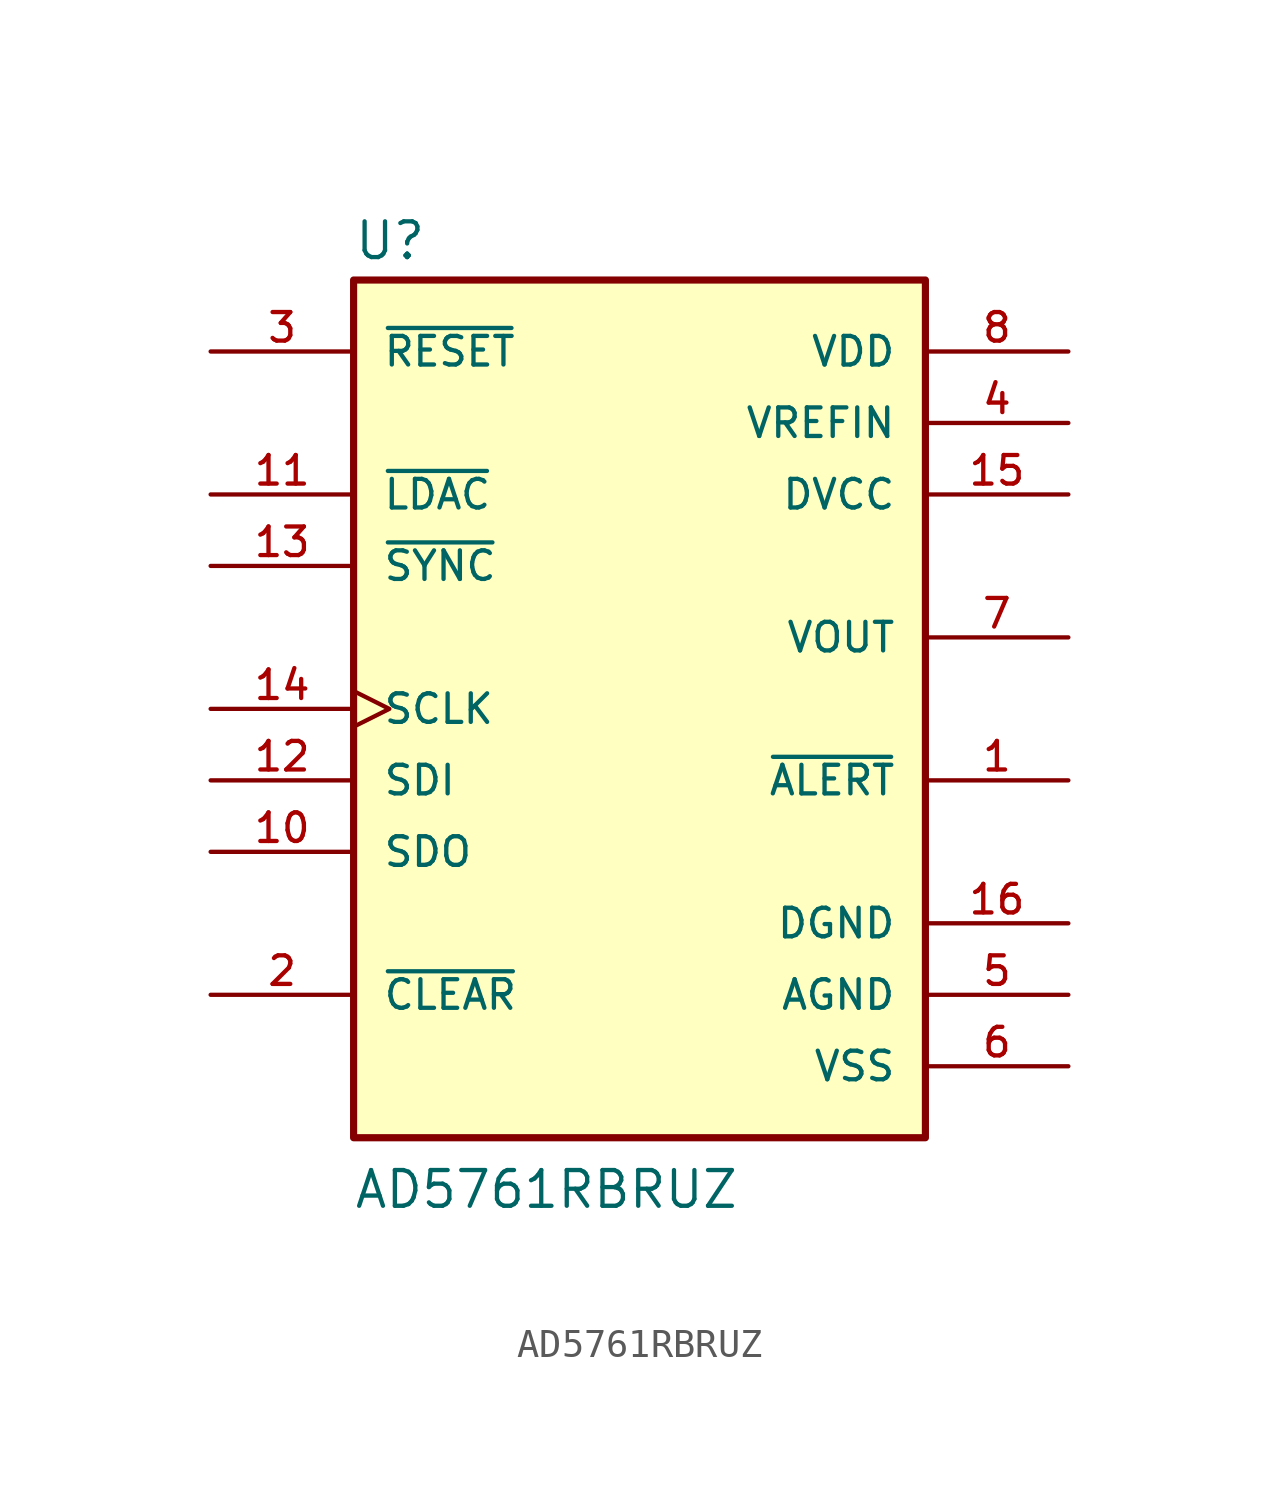
<source format=kicad_sym>
(kicad_symbol_lib
  (version 20211014)
  (generator kicad_symbol_editor)
  (symbol "AD5761RBRUZ"
    (pin_names
      (offset 1.016))
    (property "Reference" "U"
      (at -10.171 15.892 0)
      (effects (font (size 1.27 1.27)) (justify bottom left)))
    (property "Value" "AD5761RBRUZ"
      (at -10.184 -17.821 0)
      (effects (font (size 1.27 1.27)) (justify bottom left)))
    (symbol "AD5761RBRUZ_0_0"
      (rectangle (start -10.16 -15.24) (end 10.16 15.24) (stroke (width 0.254)) (fill (type background)))
      (pin input line (at -15.24 12.7 0) (length 5.08) (name "~{RESET}" (effects (font (size 1.016 1.016)))) (number "3" (effects (font (size 1.016 1.016)))))
      (pin power_in line (at 15.24 10.16 180.0) (length 5.08) (name "VREFIN" (effects (font (size 1.016 1.016)))) (number "4" (effects (font (size 1.016 1.016)))))
      (pin power_in line (at 15.24 -10.16 180.0) (length 5.08) (name "AGND" (effects (font (size 1.016 1.016)))) (number "5" (effects (font (size 1.016 1.016)))))
      (pin power_in line (at 15.24 -12.7 180.0) (length 5.08) (name "VSS" (effects (font (size 1.016 1.016)))) (number "6" (effects (font (size 1.016 1.016)))))
      (pin output line (at 15.24 2.54 180.0) (length 5.08) (name "VOUT" (effects (font (size 1.016 1.016)))) (number "7" (effects (font (size 1.016 1.016)))))
      (pin power_in line (at 15.24 12.7 180.0) (length 5.08) (name "VDD" (effects (font (size 1.016 1.016)))) (number "8" (effects (font (size 1.016 1.016)))))
      (pin output line (at -15.24 -5.08 0) (length 5.08) (name "SDO" (effects (font (size 1.016 1.016)))) (number "10" (effects (font (size 1.016 1.016)))))
      (pin bidirectional line (at -15.24 7.62 0) (length 5.08) (name "~{LDAC}" (effects (font (size 1.016 1.016)))) (number "11" (effects (font (size 1.016 1.016)))))
      (pin input line (at -15.24 -2.54 0) (length 5.08) (name "SDI" (effects (font (size 1.016 1.016)))) (number "12" (effects (font (size 1.016 1.016)))))
      (pin input line (at -15.24 5.08 0) (length 5.08) (name "~{SYNC}" (effects (font (size 1.016 1.016)))) (number "13" (effects (font (size 1.016 1.016)))))
      (pin input clock (at -15.24 0.0 0) (length 5.08) (name "SCLK" (effects (font (size 1.016 1.016)))) (number "14" (effects (font (size 1.016 1.016)))))
      (pin power_in line (at 15.24 7.62 180.0) (length 5.08) (name "DVCC" (effects (font (size 1.016 1.016)))) (number "15" (effects (font (size 1.016 1.016)))))
      (pin power_in line (at 15.24 -7.62 180.0) (length 5.08) (name "DGND" (effects (font (size 1.016 1.016)))) (number "16" (effects (font (size 1.016 1.016)))))
      (pin output line (at 15.24 -2.54 180.0) (length 5.08) (name "~{ALERT}" (effects (font (size 1.016 1.016)))) (number "1" (effects (font (size 1.016 1.016)))))
      (pin input line (at -15.24 -10.16 0) (length 5.08) (name "~{CLEAR}" (effects (font (size 1.016 1.016)))) (number "2" (effects (font (size 1.016 1.016))))))))
</source>
